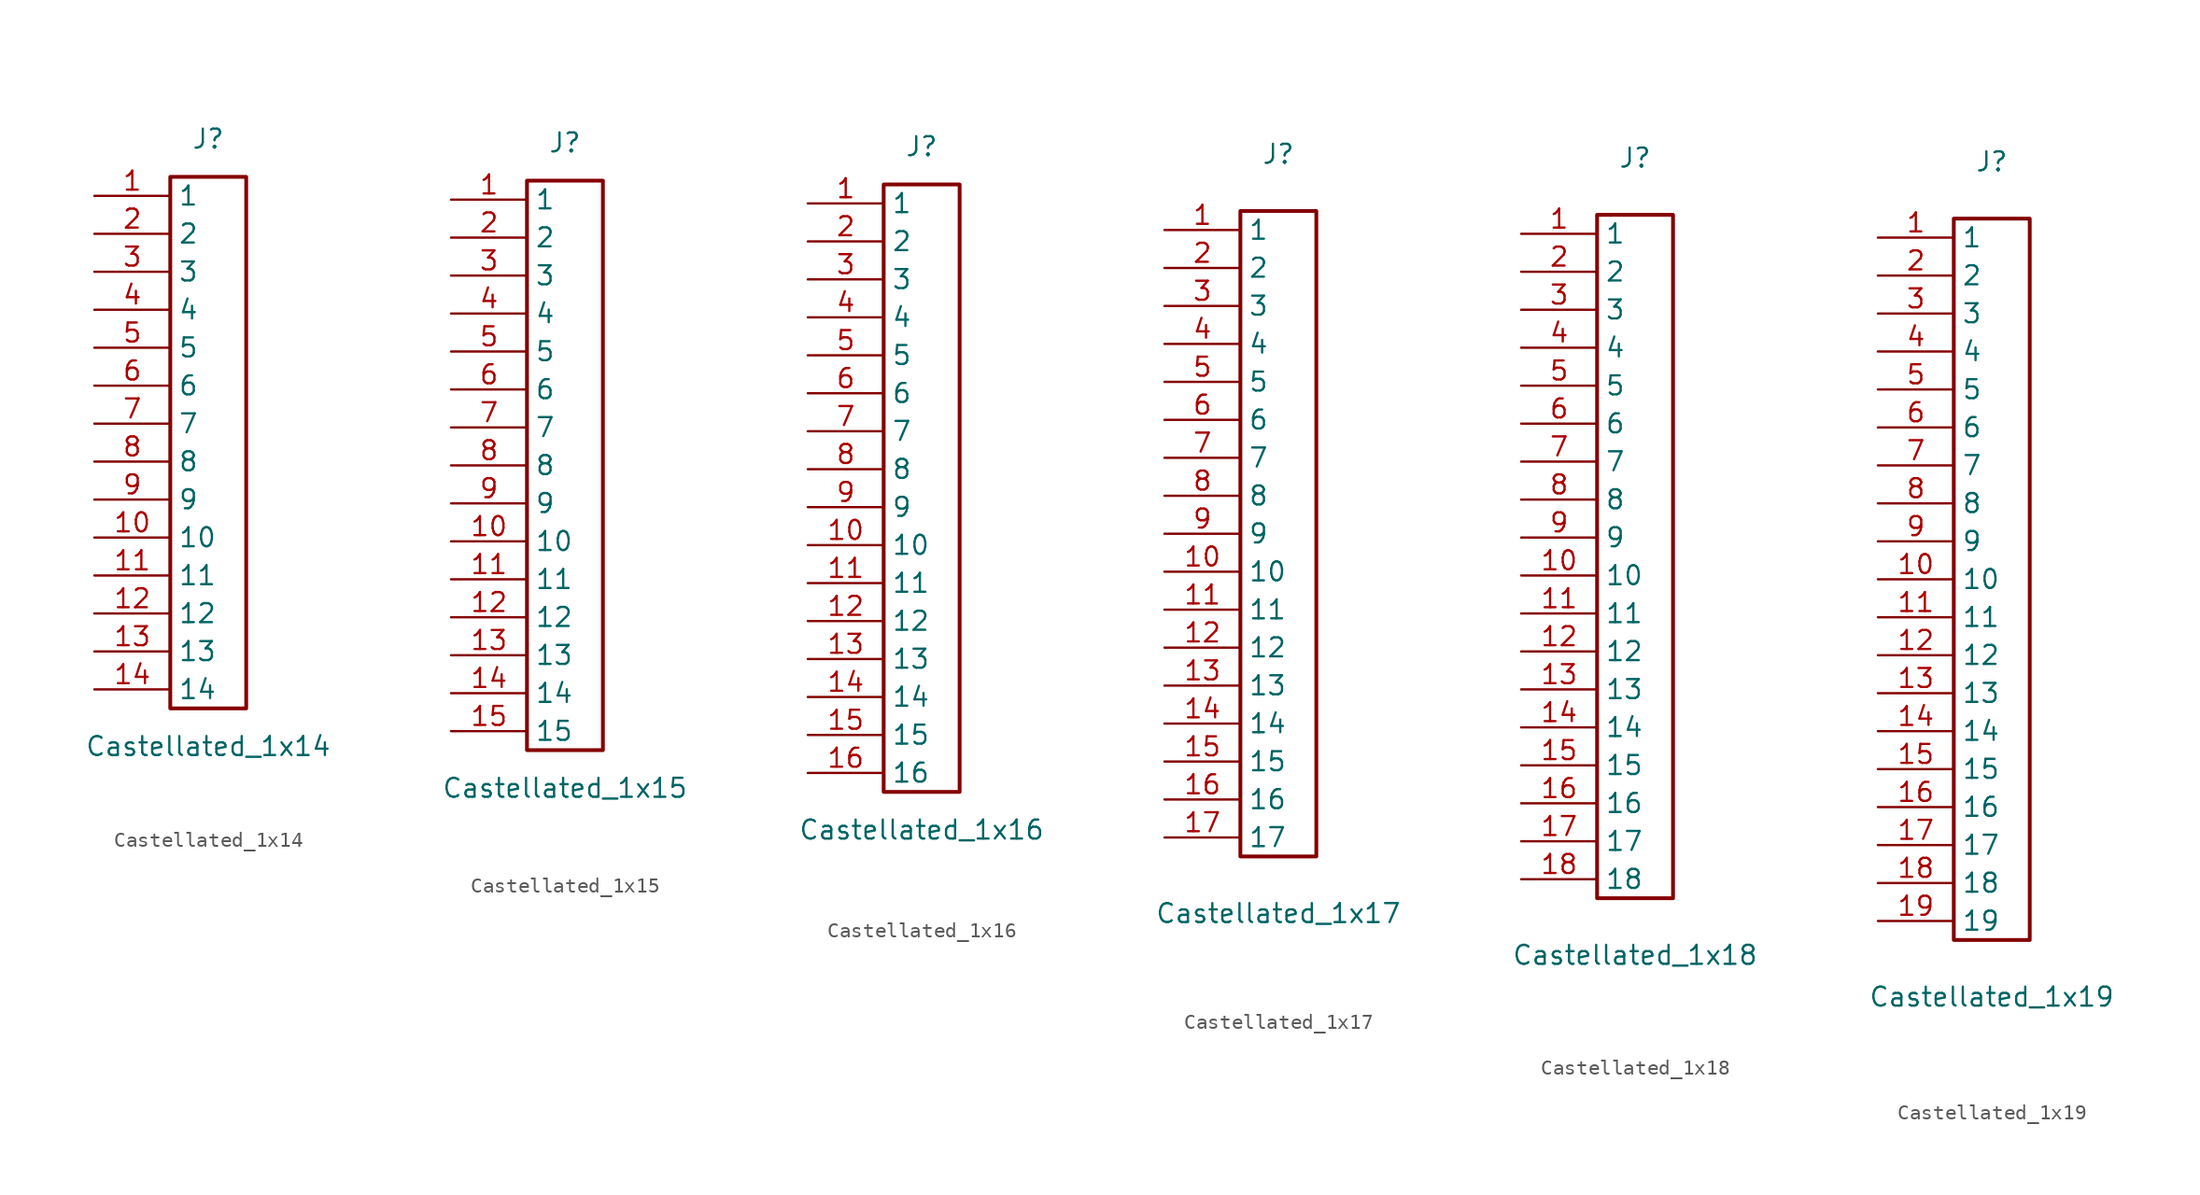
<source format=kicad_sym>
(kicad_symbol_lib
  (version 20241209)
  (generator "kicad_symbol_editor")
  (generator_version "9.0")
  (symbol "Castellated_1x14"
    (property "Reference" "J"
      (at 0 20.32 0)
      (effects (font (size 1.27 1.27))))
    (property "Value" "Castellated_1x14"
      (at 0 -20.32 0)
      (effects (font (size 1.27 1.27))))
    (symbol "Castellated_1x14_1_1"
      (rectangle (start -2.54 17.78) (end 2.54 -17.78) (stroke (width 0.254) (type solid)) (fill (type none)))
      (pin passive line (at -7.62 16.51 0) (length 5.08) (name "1" (effects (font (size 1.27 1.27)))) (number "1" (effects (font (size 1.27 1.27)))))
      (pin passive line (at -7.62 13.97 0) (length 5.08) (name "2" (effects (font (size 1.27 1.27)))) (number "2" (effects (font (size 1.27 1.27)))))
      (pin passive line (at -7.62 11.43 0) (length 5.08) (name "3" (effects (font (size 1.27 1.27)))) (number "3" (effects (font (size 1.27 1.27)))))
      (pin passive line (at -7.62 8.89 0) (length 5.08) (name "4" (effects (font (size 1.27 1.27)))) (number "4" (effects (font (size 1.27 1.27)))))
      (pin passive line (at -7.62 6.35 0) (length 5.08) (name "5" (effects (font (size 1.27 1.27)))) (number "5" (effects (font (size 1.27 1.27)))))
      (pin passive line (at -7.62 3.81 0) (length 5.08) (name "6" (effects (font (size 1.27 1.27)))) (number "6" (effects (font (size 1.27 1.27)))))
      (pin passive line (at -7.62 1.27 0) (length 5.08) (name "7" (effects (font (size 1.27 1.27)))) (number "7" (effects (font (size 1.27 1.27)))))
      (pin passive line (at -7.62 -1.27 0) (length 5.08) (name "8" (effects (font (size 1.27 1.27)))) (number "8" (effects (font (size 1.27 1.27)))))
      (pin passive line (at -7.62 -3.81 0) (length 5.08) (name "9" (effects (font (size 1.27 1.27)))) (number "9" (effects (font (size 1.27 1.27)))))
      (pin passive line (at -7.62 -6.35 0) (length 5.08) (name "10" (effects (font (size 1.27 1.27)))) (number "10" (effects (font (size 1.27 1.27)))))
      (pin passive line (at -7.62 -8.89 0) (length 5.08) (name "11" (effects (font (size 1.27 1.27)))) (number "11" (effects (font (size 1.27 1.27)))))
      (pin passive line (at -7.62 -11.43 0) (length 5.08) (name "12" (effects (font (size 1.27 1.27)))) (number "12" (effects (font (size 1.27 1.27)))))
      (pin passive line (at -7.62 -13.97 0) (length 5.08) (name "13" (effects (font (size 1.27 1.27)))) (number "13" (effects (font (size 1.27 1.27)))))
      (pin passive line (at -7.62 -16.51 0) (length 5.08) (name "14" (effects (font (size 1.27 1.27)))) (number "14" (effects (font (size 1.27 1.27)))))))
  (symbol "Castellated_1x15"
    (property "Reference" "J"
      (at 0 21.59 0)
      (effects (font (size 1.27 1.27))))
    (property "Value" "Castellated_1x15"
      (at 0 -21.59 0)
      (effects (font (size 1.27 1.27))))
    (symbol "Castellated_1x15_1_1"
      (rectangle (start -2.54 19.05) (end 2.54 -19.05) (stroke (width 0.254) (type solid)) (fill (type none)))
      (pin passive line (at -7.62 17.78 0) (length 5.08) (name "1" (effects (font (size 1.27 1.27)))) (number "1" (effects (font (size 1.27 1.27)))))
      (pin passive line (at -7.62 15.24 0) (length 5.08) (name "2" (effects (font (size 1.27 1.27)))) (number "2" (effects (font (size 1.27 1.27)))))
      (pin passive line (at -7.62 12.7 0) (length 5.08) (name "3" (effects (font (size 1.27 1.27)))) (number "3" (effects (font (size 1.27 1.27)))))
      (pin passive line (at -7.62 10.16 0) (length 5.08) (name "4" (effects (font (size 1.27 1.27)))) (number "4" (effects (font (size 1.27 1.27)))))
      (pin passive line (at -7.62 7.62 0) (length 5.08) (name "5" (effects (font (size 1.27 1.27)))) (number "5" (effects (font (size 1.27 1.27)))))
      (pin passive line (at -7.62 5.08 0) (length 5.08) (name "6" (effects (font (size 1.27 1.27)))) (number "6" (effects (font (size 1.27 1.27)))))
      (pin passive line (at -7.62 2.54 0) (length 5.08) (name "7" (effects (font (size 1.27 1.27)))) (number "7" (effects (font (size 1.27 1.27)))))
      (pin passive line (at -7.62 0 0) (length 5.08) (name "8" (effects (font (size 1.27 1.27)))) (number "8" (effects (font (size 1.27 1.27)))))
      (pin passive line (at -7.62 -2.54 0) (length 5.08) (name "9" (effects (font (size 1.27 1.27)))) (number "9" (effects (font (size 1.27 1.27)))))
      (pin passive line (at -7.62 -5.08 0) (length 5.08) (name "10" (effects (font (size 1.27 1.27)))) (number "10" (effects (font (size 1.27 1.27)))))
      (pin passive line (at -7.62 -7.62 0) (length 5.08) (name "11" (effects (font (size 1.27 1.27)))) (number "11" (effects (font (size 1.27 1.27)))))
      (pin passive line (at -7.62 -10.16 0) (length 5.08) (name "12" (effects (font (size 1.27 1.27)))) (number "12" (effects (font (size 1.27 1.27)))))
      (pin passive line (at -7.62 -12.7 0) (length 5.08) (name "13" (effects (font (size 1.27 1.27)))) (number "13" (effects (font (size 1.27 1.27)))))
      (pin passive line (at -7.62 -15.24 0) (length 5.08) (name "14" (effects (font (size 1.27 1.27)))) (number "14" (effects (font (size 1.27 1.27)))))
      (pin passive line (at -7.62 -17.78 0) (length 5.08) (name "15" (effects (font (size 1.27 1.27)))) (number "15" (effects (font (size 1.27 1.27)))))))
  (symbol "Castellated_1x16"
    (property "Reference" "J"
      (at 0 22.86 0)
      (effects (font (size 1.27 1.27))))
    (property "Value" "Castellated_1x16"
      (at 0 -22.86 0)
      (effects (font (size 1.27 1.27))))
    (symbol "Castellated_1x16_1_1"
      (rectangle (start -2.54 20.32) (end 2.54 -20.32) (stroke (width 0.254) (type solid)) (fill (type none)))
      (pin passive line (at -7.62 19.05 0) (length 5.08) (name "1" (effects (font (size 1.27 1.27)))) (number "1" (effects (font (size 1.27 1.27)))))
      (pin passive line (at -7.62 16.51 0) (length 5.08) (name "2" (effects (font (size 1.27 1.27)))) (number "2" (effects (font (size 1.27 1.27)))))
      (pin passive line (at -7.62 13.97 0) (length 5.08) (name "3" (effects (font (size 1.27 1.27)))) (number "3" (effects (font (size 1.27 1.27)))))
      (pin passive line (at -7.62 11.43 0) (length 5.08) (name "4" (effects (font (size 1.27 1.27)))) (number "4" (effects (font (size 1.27 1.27)))))
      (pin passive line (at -7.62 8.89 0) (length 5.08) (name "5" (effects (font (size 1.27 1.27)))) (number "5" (effects (font (size 1.27 1.27)))))
      (pin passive line (at -7.62 6.35 0) (length 5.08) (name "6" (effects (font (size 1.27 1.27)))) (number "6" (effects (font (size 1.27 1.27)))))
      (pin passive line (at -7.62 3.81 0) (length 5.08) (name "7" (effects (font (size 1.27 1.27)))) (number "7" (effects (font (size 1.27 1.27)))))
      (pin passive line (at -7.62 1.27 0) (length 5.08) (name "8" (effects (font (size 1.27 1.27)))) (number "8" (effects (font (size 1.27 1.27)))))
      (pin passive line (at -7.62 -1.27 0) (length 5.08) (name "9" (effects (font (size 1.27 1.27)))) (number "9" (effects (font (size 1.27 1.27)))))
      (pin passive line (at -7.62 -3.81 0) (length 5.08) (name "10" (effects (font (size 1.27 1.27)))) (number "10" (effects (font (size 1.27 1.27)))))
      (pin passive line (at -7.62 -6.35 0) (length 5.08) (name "11" (effects (font (size 1.27 1.27)))) (number "11" (effects (font (size 1.27 1.27)))))
      (pin passive line (at -7.62 -8.89 0) (length 5.08) (name "12" (effects (font (size 1.27 1.27)))) (number "12" (effects (font (size 1.27 1.27)))))
      (pin passive line (at -7.62 -11.43 0) (length 5.08) (name "13" (effects (font (size 1.27 1.27)))) (number "13" (effects (font (size 1.27 1.27)))))
      (pin passive line (at -7.62 -13.97 0) (length 5.08) (name "14" (effects (font (size 1.27 1.27)))) (number "14" (effects (font (size 1.27 1.27)))))
      (pin passive line (at -7.62 -16.51 0) (length 5.08) (name "15" (effects (font (size 1.27 1.27)))) (number "15" (effects (font (size 1.27 1.27)))))
      (pin passive line (at -7.62 -19.05 0) (length 5.08) (name "16" (effects (font (size 1.27 1.27)))) (number "16" (effects (font (size 1.27 1.27)))))))
  (symbol "Castellated_1x17"
    (property "Reference" "J"
      (at 0 25.4 0)
      (effects (font (size 1.27 1.27))))
    (property "Value" "Castellated_1x17"
      (at 0 -25.4 0)
      (effects (font (size 1.27 1.27))))
    (symbol "Castellated_1x17_1_1"
      (rectangle (start -2.54 21.59) (end 2.54 -21.59) (stroke (width 0.254) (type solid)) (fill (type none)))
      (pin passive line (at -7.62 20.32 0) (length 5.08) (name "1" (effects (font (size 1.27 1.27)))) (number "1" (effects (font (size 1.27 1.27)))))
      (pin passive line (at -7.62 17.78 0) (length 5.08) (name "2" (effects (font (size 1.27 1.27)))) (number "2" (effects (font (size 1.27 1.27)))))
      (pin passive line (at -7.62 15.24 0) (length 5.08) (name "3" (effects (font (size 1.27 1.27)))) (number "3" (effects (font (size 1.27 1.27)))))
      (pin passive line (at -7.62 12.7 0) (length 5.08) (name "4" (effects (font (size 1.27 1.27)))) (number "4" (effects (font (size 1.27 1.27)))))
      (pin passive line (at -7.62 10.16 0) (length 5.08) (name "5" (effects (font (size 1.27 1.27)))) (number "5" (effects (font (size 1.27 1.27)))))
      (pin passive line (at -7.62 7.62 0) (length 5.08) (name "6" (effects (font (size 1.27 1.27)))) (number "6" (effects (font (size 1.27 1.27)))))
      (pin passive line (at -7.62 5.08 0) (length 5.08) (name "7" (effects (font (size 1.27 1.27)))) (number "7" (effects (font (size 1.27 1.27)))))
      (pin passive line (at -7.62 2.54 0) (length 5.08) (name "8" (effects (font (size 1.27 1.27)))) (number "8" (effects (font (size 1.27 1.27)))))
      (pin passive line (at -7.62 0 0) (length 5.08) (name "9" (effects (font (size 1.27 1.27)))) (number "9" (effects (font (size 1.27 1.27)))))
      (pin passive line (at -7.62 -2.54 0) (length 5.08) (name "10" (effects (font (size 1.27 1.27)))) (number "10" (effects (font (size 1.27 1.27)))))
      (pin passive line (at -7.62 -5.08 0) (length 5.08) (name "11" (effects (font (size 1.27 1.27)))) (number "11" (effects (font (size 1.27 1.27)))))
      (pin passive line (at -7.62 -7.62 0) (length 5.08) (name "12" (effects (font (size 1.27 1.27)))) (number "12" (effects (font (size 1.27 1.27)))))
      (pin passive line (at -7.62 -10.16 0) (length 5.08) (name "13" (effects (font (size 1.27 1.27)))) (number "13" (effects (font (size 1.27 1.27)))))
      (pin passive line (at -7.62 -12.7 0) (length 5.08) (name "14" (effects (font (size 1.27 1.27)))) (number "14" (effects (font (size 1.27 1.27)))))
      (pin passive line (at -7.62 -15.24 0) (length 5.08) (name "15" (effects (font (size 1.27 1.27)))) (number "15" (effects (font (size 1.27 1.27)))))
      (pin passive line (at -7.62 -17.78 0) (length 5.08) (name "16" (effects (font (size 1.27 1.27)))) (number "16" (effects (font (size 1.27 1.27)))))
      (pin passive line (at -7.62 -20.32 0) (length 5.08) (name "17" (effects (font (size 1.27 1.27)))) (number "17" (effects (font (size 1.27 1.27)))))))
  (symbol "Castellated_1x18"
    (property "Reference" "J"
      (at 0 26.67 0)
      (effects (font (size 1.27 1.27))))
    (property "Value" "Castellated_1x18"
      (at 0 -26.67 0)
      (effects (font (size 1.27 1.27))))
    (symbol "Castellated_1x18_1_1"
      (rectangle (start -2.54 22.86) (end 2.54 -22.86) (stroke (width 0.254) (type solid)) (fill (type none)))
      (pin passive line (at -7.62 21.59 0) (length 5.08) (name "1" (effects (font (size 1.27 1.27)))) (number "1" (effects (font (size 1.27 1.27)))))
      (pin passive line (at -7.62 19.05 0) (length 5.08) (name "2" (effects (font (size 1.27 1.27)))) (number "2" (effects (font (size 1.27 1.27)))))
      (pin passive line (at -7.62 16.51 0) (length 5.08) (name "3" (effects (font (size 1.27 1.27)))) (number "3" (effects (font (size 1.27 1.27)))))
      (pin passive line (at -7.62 13.97 0) (length 5.08) (name "4" (effects (font (size 1.27 1.27)))) (number "4" (effects (font (size 1.27 1.27)))))
      (pin passive line (at -7.62 11.43 0) (length 5.08) (name "5" (effects (font (size 1.27 1.27)))) (number "5" (effects (font (size 1.27 1.27)))))
      (pin passive line (at -7.62 8.89 0) (length 5.08) (name "6" (effects (font (size 1.27 1.27)))) (number "6" (effects (font (size 1.27 1.27)))))
      (pin passive line (at -7.62 6.35 0) (length 5.08) (name "7" (effects (font (size 1.27 1.27)))) (number "7" (effects (font (size 1.27 1.27)))))
      (pin passive line (at -7.62 3.81 0) (length 5.08) (name "8" (effects (font (size 1.27 1.27)))) (number "8" (effects (font (size 1.27 1.27)))))
      (pin passive line (at -7.62 1.27 0) (length 5.08) (name "9" (effects (font (size 1.27 1.27)))) (number "9" (effects (font (size 1.27 1.27)))))
      (pin passive line (at -7.62 -1.27 0) (length 5.08) (name "10" (effects (font (size 1.27 1.27)))) (number "10" (effects (font (size 1.27 1.27)))))
      (pin passive line (at -7.62 -3.81 0) (length 5.08) (name "11" (effects (font (size 1.27 1.27)))) (number "11" (effects (font (size 1.27 1.27)))))
      (pin passive line (at -7.62 -6.35 0) (length 5.08) (name "12" (effects (font (size 1.27 1.27)))) (number "12" (effects (font (size 1.27 1.27)))))
      (pin passive line (at -7.62 -8.89 0) (length 5.08) (name "13" (effects (font (size 1.27 1.27)))) (number "13" (effects (font (size 1.27 1.27)))))
      (pin passive line (at -7.62 -11.43 0) (length 5.08) (name "14" (effects (font (size 1.27 1.27)))) (number "14" (effects (font (size 1.27 1.27)))))
      (pin passive line (at -7.62 -13.97 0) (length 5.08) (name "15" (effects (font (size 1.27 1.27)))) (number "15" (effects (font (size 1.27 1.27)))))
      (pin passive line (at -7.62 -16.51 0) (length 5.08) (name "16" (effects (font (size 1.27 1.27)))) (number "16" (effects (font (size 1.27 1.27)))))
      (pin passive line (at -7.62 -19.05 0) (length 5.08) (name "17" (effects (font (size 1.27 1.27)))) (number "17" (effects (font (size 1.27 1.27)))))
      (pin passive line (at -7.62 -21.59 0) (length 5.08) (name "18" (effects (font (size 1.27 1.27)))) (number "18" (effects (font (size 1.27 1.27)))))))
  (symbol "Castellated_1x19"
    (property "Reference" "J"
      (at 0 27.94 0)
      (effects (font (size 1.27 1.27))))
    (property "Value" "Castellated_1x19"
      (at 0 -27.94 0)
      (effects (font (size 1.27 1.27))))
    (symbol "Castellated_1x19_1_1"
      (rectangle (start -2.54 24.13) (end 2.54 -24.13) (stroke (width 0.254) (type solid)) (fill (type none)))
      (pin passive line (at -7.62 22.86 0) (length 5.08) (name "1" (effects (font (size 1.27 1.27)))) (number "1" (effects (font (size 1.27 1.27)))))
      (pin passive line (at -7.62 20.32 0) (length 5.08) (name "2" (effects (font (size 1.27 1.27)))) (number "2" (effects (font (size 1.27 1.27)))))
      (pin passive line (at -7.62 17.78 0) (length 5.08) (name "3" (effects (font (size 1.27 1.27)))) (number "3" (effects (font (size 1.27 1.27)))))
      (pin passive line (at -7.62 15.24 0) (length 5.08) (name "4" (effects (font (size 1.27 1.27)))) (number "4" (effects (font (size 1.27 1.27)))))
      (pin passive line (at -7.62 12.7 0) (length 5.08) (name "5" (effects (font (size 1.27 1.27)))) (number "5" (effects (font (size 1.27 1.27)))))
      (pin passive line (at -7.62 10.16 0) (length 5.08) (name "6" (effects (font (size 1.27 1.27)))) (number "6" (effects (font (size 1.27 1.27)))))
      (pin passive line (at -7.62 7.62 0) (length 5.08) (name "7" (effects (font (size 1.27 1.27)))) (number "7" (effects (font (size 1.27 1.27)))))
      (pin passive line (at -7.62 5.08 0) (length 5.08) (name "8" (effects (font (size 1.27 1.27)))) (number "8" (effects (font (size 1.27 1.27)))))
      (pin passive line (at -7.62 2.54 0) (length 5.08) (name "9" (effects (font (size 1.27 1.27)))) (number "9" (effects (font (size 1.27 1.27)))))
      (pin passive line (at -7.62 0 0) (length 5.08) (name "10" (effects (font (size 1.27 1.27)))) (number "10" (effects (font (size 1.27 1.27)))))
      (pin passive line (at -7.62 -2.54 0) (length 5.08) (name "11" (effects (font (size 1.27 1.27)))) (number "11" (effects (font (size 1.27 1.27)))))
      (pin passive line (at -7.62 -5.08 0) (length 5.08) (name "12" (effects (font (size 1.27 1.27)))) (number "12" (effects (font (size 1.27 1.27)))))
      (pin passive line (at -7.62 -7.62 0) (length 5.08) (name "13" (effects (font (size 1.27 1.27)))) (number "13" (effects (font (size 1.27 1.27)))))
      (pin passive line (at -7.62 -10.16 0) (length 5.08) (name "14" (effects (font (size 1.27 1.27)))) (number "14" (effects (font (size 1.27 1.27)))))
      (pin passive line (at -7.62 -12.7 0) (length 5.08) (name "15" (effects (font (size 1.27 1.27)))) (number "15" (effects (font (size 1.27 1.27)))))
      (pin passive line (at -7.62 -15.24 0) (length 5.08) (name "16" (effects (font (size 1.27 1.27)))) (number "16" (effects (font (size 1.27 1.27)))))
      (pin passive line (at -7.62 -17.78 0) (length 5.08) (name "17" (effects (font (size 1.27 1.27)))) (number "17" (effects (font (size 1.27 1.27)))))
      (pin passive line (at -7.62 -20.32 0) (length 5.08) (name "18" (effects (font (size 1.27 1.27)))) (number "18" (effects (font (size 1.27 1.27)))))
      (pin passive line (at -7.62 -22.86 0) (length 5.08) (name "19" (effects (font (size 1.27 1.27)))) (number "19" (effects (font (size 1.27 1.27))))))))
</source>
